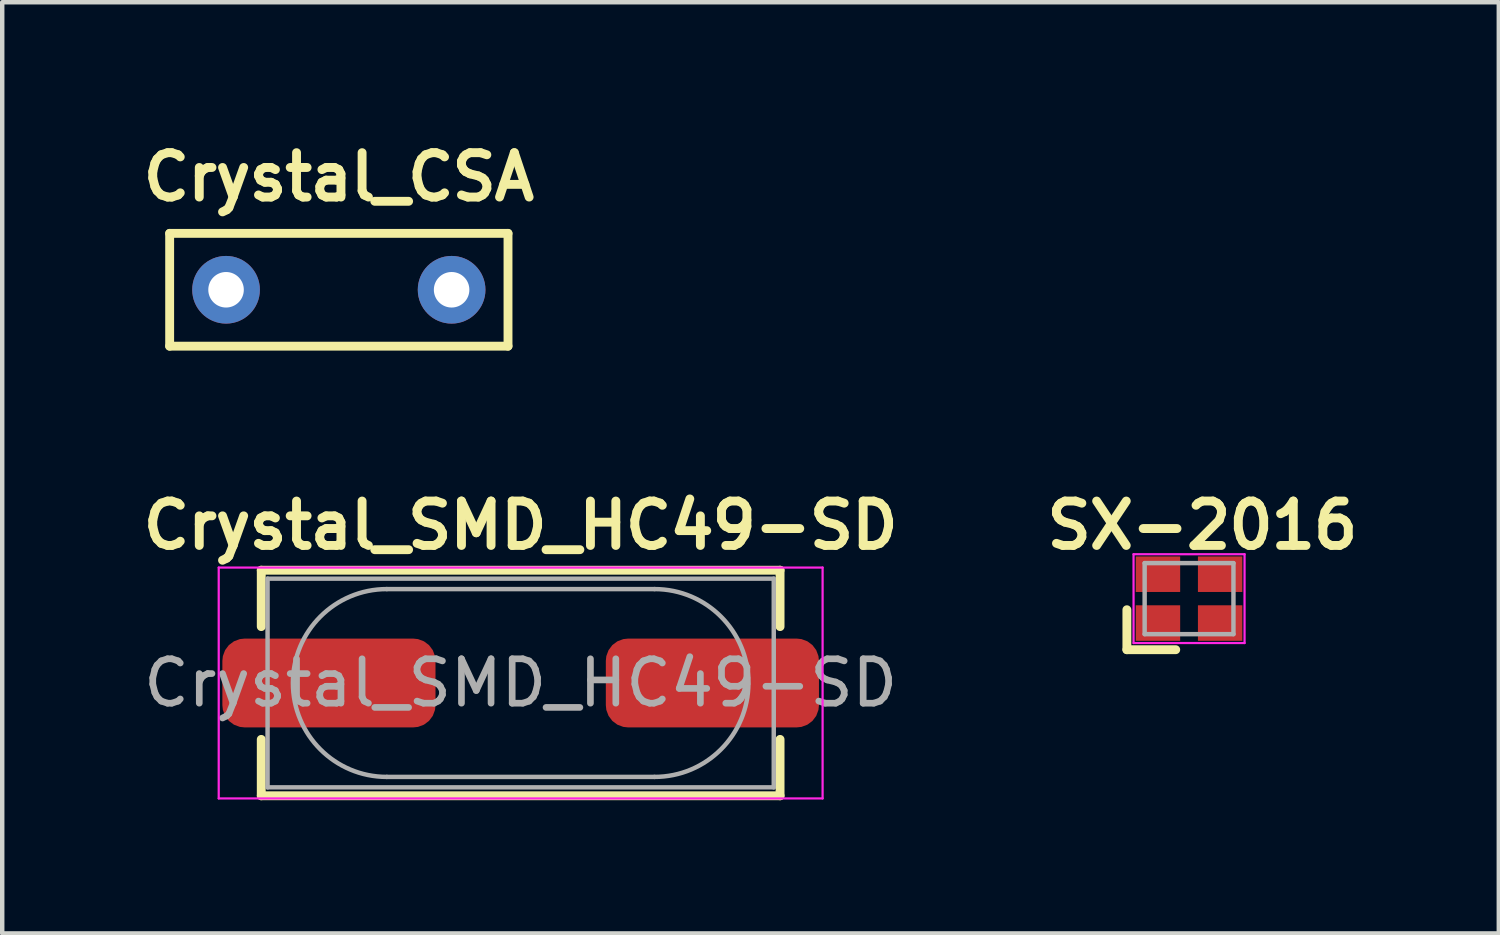
<source format=kicad_pcb>
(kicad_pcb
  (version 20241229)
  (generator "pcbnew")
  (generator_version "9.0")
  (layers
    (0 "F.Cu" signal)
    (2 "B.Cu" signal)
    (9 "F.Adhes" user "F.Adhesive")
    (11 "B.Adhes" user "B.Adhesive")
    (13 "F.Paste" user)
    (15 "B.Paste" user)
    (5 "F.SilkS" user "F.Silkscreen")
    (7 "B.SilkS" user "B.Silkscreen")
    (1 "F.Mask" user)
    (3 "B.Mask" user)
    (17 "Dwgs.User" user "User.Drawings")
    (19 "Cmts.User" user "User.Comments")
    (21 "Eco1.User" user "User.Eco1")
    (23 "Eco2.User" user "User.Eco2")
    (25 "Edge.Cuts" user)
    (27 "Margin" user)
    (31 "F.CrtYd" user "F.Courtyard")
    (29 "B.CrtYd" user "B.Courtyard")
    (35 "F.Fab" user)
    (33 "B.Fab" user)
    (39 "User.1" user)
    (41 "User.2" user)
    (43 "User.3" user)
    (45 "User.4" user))
  (footprint "Crystal_SMD_HC49-SD"
    (layer "F.Cu")
    (at 8.676 12.332)
    (property "Reference" "Crystal_SMD_HC49-SD" (at 0 -3.55 0) (layer "F.SilkS") (effects (font (size 1 1) (thickness 0.2))))
    (attr smd)
    (fp_line (start -5.842 -2.54) (end 5.842 -2.54) (stroke (width 0.2) (type solid)) (layer "F.SilkS"))
    (fp_line (start -5.842 -1.27) (end -5.842 -2.54) (stroke (width 0.2) (type solid)) (layer "F.SilkS"))
    (fp_line (start -5.842 2.54) (end -5.842 1.27) (stroke (width 0.2) (type solid)) (layer "F.SilkS"))
    (fp_line (start 5.842 -2.54) (end 5.842 -1.27) (stroke (width 0.2) (type solid)) (layer "F.SilkS"))
    (fp_line (start 5.842 1.27) (end 5.842 2.54) (stroke (width 0.2) (type solid)) (layer "F.SilkS"))
    (fp_line (start 5.842 2.54) (end -5.842 2.54) (stroke (width 0.2) (type solid)) (layer "F.SilkS"))
    (fp_line (start -6.8 -2.6) (end -6.8 2.6) (stroke (width 0.05) (type solid)) (layer "F.CrtYd"))
    (fp_line (start -6.8 2.6) (end 6.8 2.6) (stroke (width 0.05) (type solid)) (layer "F.CrtYd"))
    (fp_line (start 6.8 -2.6) (end -6.8 -2.6) (stroke (width 0.05) (type solid)) (layer "F.CrtYd"))
    (fp_line (start 6.8 2.6) (end 6.8 -2.6) (stroke (width 0.05) (type solid)) (layer "F.CrtYd"))
    (fp_line (start -5.7 -2.35) (end -5.7 2.35) (stroke (width 0.1) (type solid)) (layer "F.Fab"))
    (fp_line (start -5.7 2.35) (end 5.7 2.35) (stroke (width 0.1) (type solid)) (layer "F.Fab"))
    (fp_line (start -3.015 -2.115) (end 3.015 -2.115) (stroke (width 0.1) (type solid)) (layer "F.Fab"))
    (fp_line (start -3.015 2.115) (end 3.015 2.115) (stroke (width 0.1) (type solid)) (layer "F.Fab"))
    (fp_line (start 5.7 -2.35) (end -5.7 -2.35) (stroke (width 0.1) (type solid)) (layer "F.Fab"))
    (fp_line (start 5.7 2.35) (end 5.7 -2.35) (stroke (width 0.1) (type solid)) (layer "F.Fab"))
    (fp_arc (start -3.015 2.115) (mid -5.13 0) (end -3.015 -2.115) (stroke (width 0.1) (type solid)) (layer "F.Fab"))
    (fp_arc (start 3.015 -2.115) (mid 5.13 0) (end 3.015 2.115) (stroke (width 0.1) (type solid)) (layer "F.Fab"))
    (fp_text user "${REFERENCE}" (at 0 0 0) (layer "F.Fab") (effects (font (size 1 1) (thickness 0.15))))
    (pad "1" smd roundrect (at -4.318 0) (size 4.8 2) (layers "F.Cu" "F.Mask" "F.Paste") (roundrect_rratio 0.25))
    (pad "2" smd roundrect (at 4.318 0) (size 4.8 2) (layers "F.Cu" "F.Mask" "F.Paste") (roundrect_rratio 0.25)))
  (footprint "SX-2016"
    (layer "F.Cu")
    (at 23.029 10.982)
    (property "Reference" "SX-2016" (at 1 -2.2 0) (layer "F.SilkS") (effects (font (size 1 1) (thickness 0.2))))
    (attr smd)
    (fp_line (start -0.7 0.6) (end -0.7 -0.3) (stroke (width 0.2) (type solid)) (layer "F.SilkS"))
    (fp_line (start -0.7 0.6) (end 0.4 0.6) (stroke (width 0.2) (type solid)) (layer "F.SilkS"))
    (fp_line (start -0.55 -1.55) (end 1.95 -1.55) (stroke (width 0.05) (type solid)) (layer "F.CrtYd"))
    (fp_line (start -0.55 0.45) (end -0.55 -1.55) (stroke (width 0.05) (type solid)) (layer "F.CrtYd"))
    (fp_line (start 1.95 -1.55) (end 1.95 0.45) (stroke (width 0.05) (type solid)) (layer "F.CrtYd"))
    (fp_line (start 1.95 0.45) (end -0.55 0.45) (stroke (width 0.05) (type solid)) (layer "F.CrtYd"))
    (fp_line (start -0.3 -1.35) (end 1.7 -1.35) (stroke (width 0.1) (type solid)) (layer "F.Fab"))
    (fp_line (start -0.3 0.25) (end -0.3 -1.35) (stroke (width 0.1) (type solid)) (layer "F.Fab"))
    (fp_line (start 1.7 -1.35) (end 1.7 0.25) (stroke (width 0.1) (type solid)) (layer "F.Fab"))
    (fp_line (start 1.7 0.25) (end -0.3 0.25) (stroke (width 0.1) (type solid)) (layer "F.Fab"))
    (pad "1" smd rect (at 0 0) (size 1 0.8) (layers "F.Cu" "F.Mask" "F.Paste"))
    (pad "2" smd rect (at 1.4 0) (size 1 0.8) (layers "F.Cu" "F.Mask" "F.Paste"))
    (pad "3" smd rect (at 1.4 -1.1) (size 1 0.8) (layers "F.Cu" "F.Mask" "F.Paste"))
    (pad "4" smd rect (at 0 -1.1) (size 1 0.8) (layers "F.Cu" "F.Mask" "F.Paste")))
  (footprint "Crystal_CSA"
    (layer "F.Cu")
    (at 4.581 3.476)
    (property "Reference" "Crystal_CSA" (at 0 -2.54 0) (layer "F.SilkS") (effects (font (size 1 1) (thickness 0.2))))
    (attr through_hole)
    (fp_line (start -3.81 -1.27) (end 3.81 -1.27) (stroke (width 0.2) (type solid)) (layer "F.SilkS"))
    (fp_line (start -3.81 1.27) (end -3.81 -1.27) (stroke (width 0.2) (type solid)) (layer "F.SilkS"))
    (fp_line (start 3.81 -1.27) (end 3.81 1.27) (stroke (width 0.2) (type solid)) (layer "F.SilkS"))
    (fp_line (start 3.81 1.27) (end -3.81 1.27) (stroke (width 0.2) (type solid)) (layer "F.SilkS"))
    (pad "1" thru_hole circle (at -2.54 0) (size 1.524 1.524) (drill 0.8) (layers "*.Cu" "*.Mask"))
    (pad "2" thru_hole circle (at 2.54 0) (size 1.524 1.524) (drill 0.8) (layers "*.Cu" "*.Mask")))
  (gr_rect
    (start -3 -3)
    (end 30.705 17.972)
    (stroke (width 0.1) (type default))
    (fill no)
    (layer "Edge.Cuts")))
</source>
